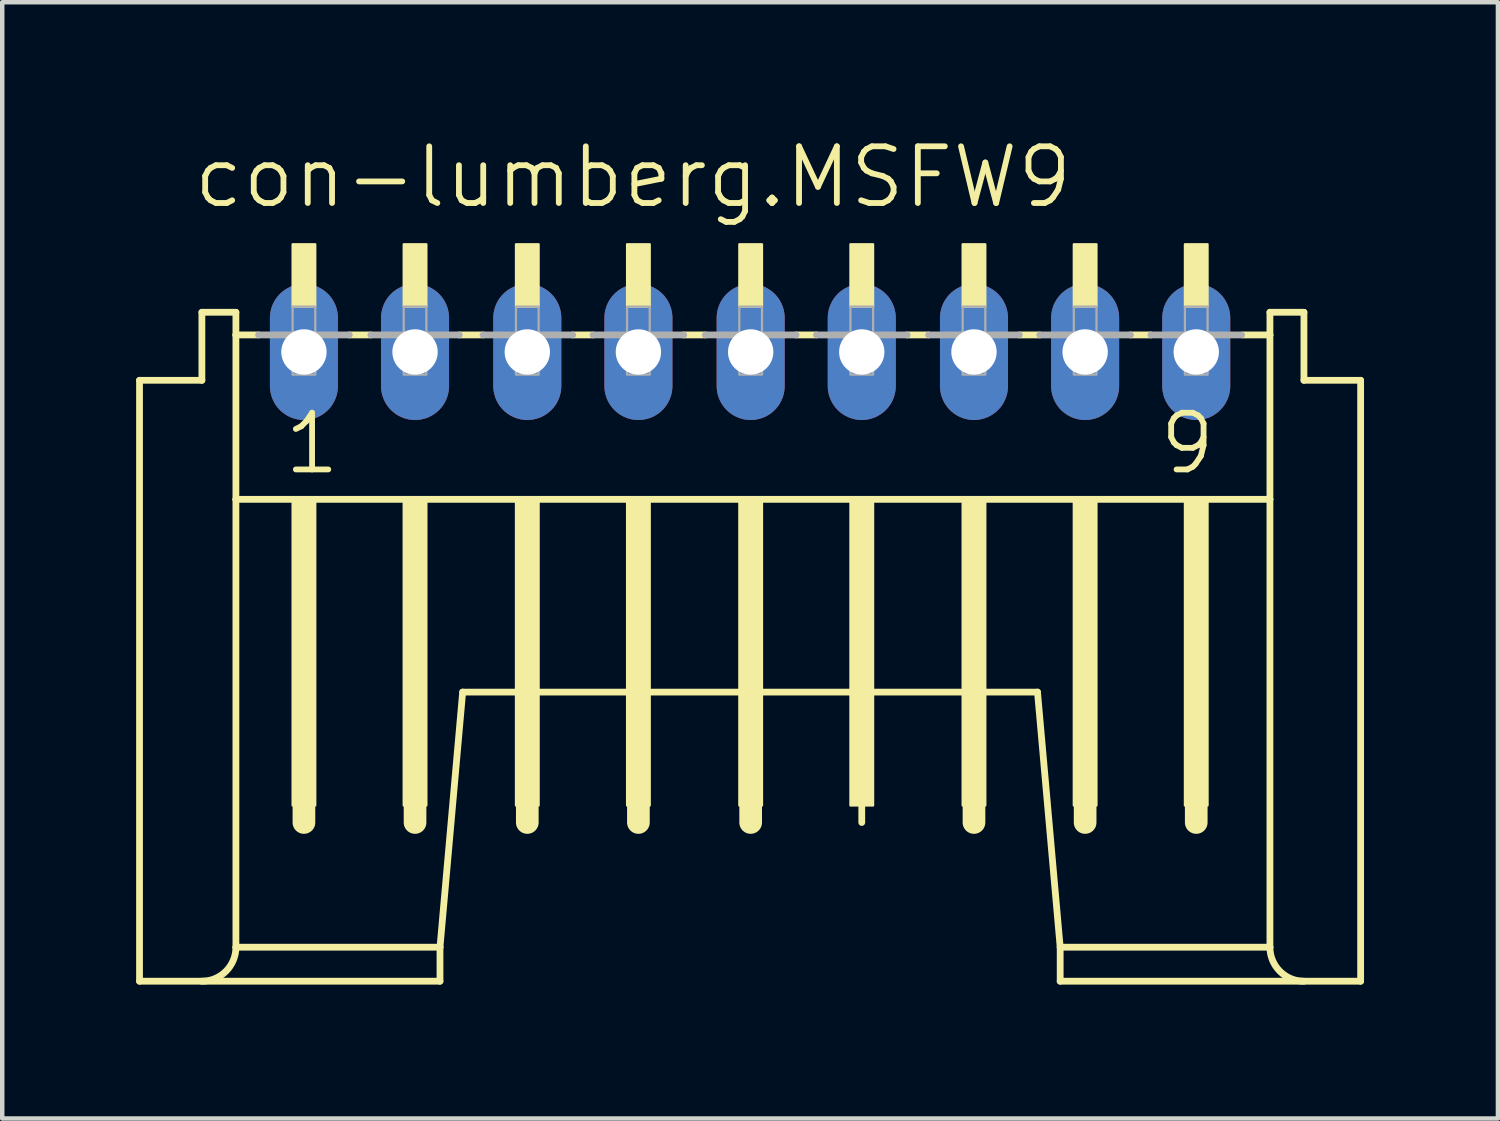
<source format=kicad_pcb>
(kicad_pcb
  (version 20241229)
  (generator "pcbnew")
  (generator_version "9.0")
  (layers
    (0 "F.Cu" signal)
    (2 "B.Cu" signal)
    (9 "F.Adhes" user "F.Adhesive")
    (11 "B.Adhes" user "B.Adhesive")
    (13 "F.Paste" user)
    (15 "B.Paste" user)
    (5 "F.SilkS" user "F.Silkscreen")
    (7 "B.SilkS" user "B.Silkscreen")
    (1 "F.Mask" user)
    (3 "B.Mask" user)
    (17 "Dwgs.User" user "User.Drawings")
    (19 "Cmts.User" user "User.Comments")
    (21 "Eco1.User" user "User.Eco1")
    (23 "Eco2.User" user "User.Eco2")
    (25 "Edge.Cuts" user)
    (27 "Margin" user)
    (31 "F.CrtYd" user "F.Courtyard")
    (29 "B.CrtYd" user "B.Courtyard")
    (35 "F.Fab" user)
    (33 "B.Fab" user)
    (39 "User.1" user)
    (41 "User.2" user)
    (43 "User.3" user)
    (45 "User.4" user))
  (footprint "con-lumberg.MSFW9"
    (layer "F.Cu")
    (at 3.759 6.74)
    (property "Reference" "con-lumberg.MSFW9" (at -2.54 -5.08 0) (layer "F.SilkS") (effects (font (size 1.27 1.27) (thickness 0.13)) (justify left bottom)))
    (attr through_hole)
    (fp_line (start -3.683 12.192) (end -3.683 -1.27) (stroke (width 0.152) (type default)) (layer "F.SilkS"))
    (fp_line (start -3.683 12.192) (end 3.048 12.192) (stroke (width 0.152) (type default)) (layer "F.SilkS"))
    (fp_line (start -2.286 -1.27) (end -3.683 -1.27) (stroke (width 0.152) (type default)) (layer "F.SilkS"))
    (fp_line (start -2.286 -1.27) (end -2.286 -2.794) (stroke (width 0.152) (type default)) (layer "F.SilkS"))
    (fp_line (start -1.524 -2.794) (end -2.286 -2.794) (stroke (width 0.152) (type default)) (layer "F.SilkS"))
    (fp_line (start -1.524 -2.286) (end -1.524 -2.794) (stroke (width 0.152) (type default)) (layer "F.SilkS"))
    (fp_line (start -1.524 1.397) (end -1.524 -2.286) (stroke (width 0.152) (type default)) (layer "F.SilkS"))
    (fp_line (start -1.524 11.43) (end -1.524 1.397) (stroke (width 0.152) (type default)) (layer "F.SilkS"))
    (fp_line (start -1.524 11.43) (end 3.048 11.43) (stroke (width 0.152) (type default)) (layer "F.SilkS"))
    (fp_line (start -1.016 -2.286) (end -1.524 -2.286) (stroke (width 0.152) (type default)) (layer "F.SilkS"))
    (fp_line (start 0 8.001) (end 0 8.636) (stroke (width 0.508) (type default)) (layer "F.SilkS"))
    (fp_line (start 1.499 -2.286) (end 1.016 -2.286) (stroke (width 0.152) (type default)) (layer "F.SilkS"))
    (fp_line (start 2.489 8.001) (end 2.489 8.636) (stroke (width 0.508) (type default)) (layer "F.SilkS"))
    (fp_line (start 3.048 11.43) (end 3.556 5.715) (stroke (width 0.152) (type default)) (layer "F.SilkS"))
    (fp_line (start 3.048 12.192) (end 3.048 11.43) (stroke (width 0.152) (type default)) (layer "F.SilkS"))
    (fp_line (start 3.556 5.715) (end 16.434 5.715) (stroke (width 0.152) (type default)) (layer "F.SilkS"))
    (fp_line (start 4.013 -2.286) (end 3.48 -2.286) (stroke (width 0.152) (type default)) (layer "F.SilkS"))
    (fp_line (start 5.004 8.001) (end 5.004 8.636) (stroke (width 0.508) (type default)) (layer "F.SilkS"))
    (fp_line (start 6.477 -2.286) (end 6.02 -2.286) (stroke (width 0.152) (type default)) (layer "F.SilkS"))
    (fp_line (start 7.493 8.001) (end 7.493 8.636) (stroke (width 0.508) (type default)) (layer "F.SilkS"))
    (fp_line (start 8.992 -2.286) (end 8.509 -2.286) (stroke (width 0.152) (type default)) (layer "F.SilkS"))
    (fp_line (start 10.008 8.001) (end 10.008 8.636) (stroke (width 0.508) (type default)) (layer "F.SilkS"))
    (fp_line (start 11.481 -2.286) (end 11.024 -2.286) (stroke (width 0.152) (type default)) (layer "F.SilkS"))
    (fp_line (start 12.497 8.001) (end 12.497 8.636) (stroke (width 0.152) (type default)) (layer "F.SilkS"))
    (fp_line (start 13.995 -2.286) (end 13.513 -2.286) (stroke (width 0.152) (type default)) (layer "F.SilkS"))
    (fp_line (start 15.011 8.001) (end 15.011 8.636) (stroke (width 0.508) (type default)) (layer "F.SilkS"))
    (fp_line (start 16.485 -2.286) (end 16.027 -2.286) (stroke (width 0.152) (type default)) (layer "F.SilkS"))
    (fp_line (start 16.942 11.43) (end 16.434 5.715) (stroke (width 0.152) (type default)) (layer "F.SilkS"))
    (fp_line (start 16.942 12.192) (end 16.942 11.43) (stroke (width 0.152) (type default)) (layer "F.SilkS"))
    (fp_line (start 16.942 12.192) (end 23.673 12.192) (stroke (width 0.152) (type default)) (layer "F.SilkS"))
    (fp_line (start 17.501 8.001) (end 17.501 8.636) (stroke (width 0.508) (type default)) (layer "F.SilkS"))
    (fp_line (start 18.974 -2.286) (end 18.517 -2.286) (stroke (width 0.152) (type default)) (layer "F.SilkS"))
    (fp_line (start 19.99 8.001) (end 19.99 8.636) (stroke (width 0.508) (type default)) (layer "F.SilkS"))
    (fp_line (start 21.641 -2.794) (end 21.641 -2.286) (stroke (width 0.152) (type default)) (layer "F.SilkS"))
    (fp_line (start 21.641 -2.286) (end 21.031 -2.286) (stroke (width 0.152) (type default)) (layer "F.SilkS"))
    (fp_line (start 21.641 -2.286) (end 21.641 1.397) (stroke (width 0.152) (type default)) (layer "F.SilkS"))
    (fp_line (start 21.641 1.397) (end -1.524 1.397) (stroke (width 0.152) (type default)) (layer "F.SilkS"))
    (fp_line (start 21.641 1.397) (end 21.641 11.43) (stroke (width 0.152) (type default)) (layer "F.SilkS"))
    (fp_line (start 21.641 11.43) (end 16.942 11.43) (stroke (width 0.152) (type default)) (layer "F.SilkS"))
    (fp_line (start 22.403 -2.794) (end 21.641 -2.794) (stroke (width 0.152) (type default)) (layer "F.SilkS"))
    (fp_line (start 22.403 -2.794) (end 22.403 -1.27) (stroke (width 0.152) (type default)) (layer "F.SilkS"))
    (fp_line (start 23.673 -1.27) (end 22.403 -1.27) (stroke (width 0.152) (type default)) (layer "F.SilkS"))
    (fp_line (start 23.673 -1.27) (end 23.673 12.192) (stroke (width 0.152) (type default)) (layer "F.SilkS"))
    (fp_rect (start -0.254 -2.921) (end 0.254 -4.318) (stroke (width 0.05) (type default)) (fill yes) (layer "F.SilkS"))
    (fp_rect (start -0.254 8.255) (end 0.254 1.397) (stroke (width 0.05) (type default)) (fill yes) (layer "F.SilkS"))
    (fp_rect (start 2.235 -2.921) (end 2.743 -4.318) (stroke (width 0.05) (type default)) (fill yes) (layer "F.SilkS"))
    (fp_rect (start 2.235 8.255) (end 2.743 1.397) (stroke (width 0.05) (type default)) (fill yes) (layer "F.SilkS"))
    (fp_rect (start 4.75 -2.921) (end 5.258 -4.318) (stroke (width 0.05) (type default)) (fill yes) (layer "F.SilkS"))
    (fp_rect (start 4.75 8.255) (end 5.258 1.397) (stroke (width 0.05) (type default)) (fill yes) (layer "F.SilkS"))
    (fp_rect (start 7.239 -2.921) (end 7.747 -4.318) (stroke (width 0.05) (type default)) (fill yes) (layer "F.SilkS"))
    (fp_rect (start 7.239 8.255) (end 7.747 1.397) (stroke (width 0.05) (type default)) (fill yes) (layer "F.SilkS"))
    (fp_rect (start 9.754 -2.921) (end 10.262 -4.318) (stroke (width 0.05) (type default)) (fill yes) (layer "F.SilkS"))
    (fp_rect (start 9.754 8.255) (end 10.262 1.397) (stroke (width 0.05) (type default)) (fill yes) (layer "F.SilkS"))
    (fp_rect (start 12.243 -2.921) (end 12.751 -4.318) (stroke (width 0.05) (type default)) (fill yes) (layer "F.SilkS"))
    (fp_rect (start 12.243 8.255) (end 12.751 1.397) (stroke (width 0.05) (type default)) (fill yes) (layer "F.SilkS"))
    (fp_rect (start 14.757 -2.921) (end 15.265 -4.318) (stroke (width 0.05) (type default)) (fill yes) (layer "F.SilkS"))
    (fp_rect (start 14.757 8.255) (end 15.265 1.397) (stroke (width 0.05) (type default)) (fill yes) (layer "F.SilkS"))
    (fp_rect (start 17.247 -2.921) (end 17.755 -4.318) (stroke (width 0.05) (type default)) (fill yes) (layer "F.SilkS"))
    (fp_rect (start 17.247 8.255) (end 17.755 1.397) (stroke (width 0.05) (type default)) (fill yes) (layer "F.SilkS"))
    (fp_rect (start 19.736 -2.921) (end 20.244 -4.318) (stroke (width 0.05) (type default)) (fill yes) (layer "F.SilkS"))
    (fp_rect (start 19.736 8.255) (end 20.244 1.397) (stroke (width 0.05) (type default)) (fill yes) (layer "F.SilkS"))
    (fp_arc (start -1.524 11.43) (mid -1.747185 11.968815) (end -2.286 12.192) (stroke (width 0.1524) (type default)) (layer "F.SilkS"))
    (fp_arc (start 22.4028 12.192) (mid 21.863985 11.968815) (end 21.6408 11.43) (stroke (width 0.1524) (type default)) (layer "F.SilkS"))
    (fp_line (start -1.016 -2.286) (end 1.016 -2.286) (stroke (width 0.152) (type default)) (layer "F.Fab"))
    (fp_line (start 1.499 -2.286) (end 3.48 -2.286) (stroke (width 0.152) (type default)) (layer "F.Fab"))
    (fp_line (start 4.013 -2.286) (end 6.02 -2.286) (stroke (width 0.152) (type default)) (layer "F.Fab"))
    (fp_line (start 6.477 -2.286) (end 8.509 -2.286) (stroke (width 0.152) (type default)) (layer "F.Fab"))
    (fp_line (start 8.992 -2.286) (end 11.024 -2.286) (stroke (width 0.152) (type default)) (layer "F.Fab"))
    (fp_line (start 11.481 -2.286) (end 13.513 -2.286) (stroke (width 0.152) (type default)) (layer "F.Fab"))
    (fp_line (start 13.995 -2.286) (end 16.027 -2.286) (stroke (width 0.152) (type default)) (layer "F.Fab"))
    (fp_line (start 16.485 -2.286) (end 18.517 -2.286) (stroke (width 0.152) (type default)) (layer "F.Fab"))
    (fp_line (start 18.974 -2.286) (end 21.006 -2.286) (stroke (width 0.152) (type default)) (layer "F.Fab"))
    (fp_rect (start -0.254 -1.397) (end 0.254 -2.921) (stroke (width 0.05) (type default)) (fill no) (layer "F.Fab"))
    (fp_rect (start 2.235 -1.397) (end 2.743 -2.921) (stroke (width 0.05) (type default)) (fill no) (layer "F.Fab"))
    (fp_rect (start 4.75 -1.397) (end 5.258 -2.921) (stroke (width 0.05) (type default)) (fill no) (layer "F.Fab"))
    (fp_rect (start 7.239 -1.397) (end 7.747 -2.921) (stroke (width 0.05) (type default)) (fill no) (layer "F.Fab"))
    (fp_rect (start 9.754 -1.397) (end 10.262 -2.921) (stroke (width 0.05) (type default)) (fill no) (layer "F.Fab"))
    (fp_rect (start 12.243 -1.397) (end 12.751 -2.921) (stroke (width 0.05) (type default)) (fill no) (layer "F.Fab"))
    (fp_rect (start 14.757 -1.397) (end 15.265 -2.921) (stroke (width 0.05) (type default)) (fill no) (layer "F.Fab"))
    (fp_rect (start 17.247 -1.397) (end 17.755 -2.921) (stroke (width 0.05) (type default)) (fill no) (layer "F.Fab"))
    (fp_rect (start 19.736 -1.397) (end 20.244 -2.921) (stroke (width 0.05) (type default)) (fill no) (layer "F.Fab"))
    (fp_text user "1" (at -0.508 0.889 0) (layer "F.SilkS") (effects (font (size 1.27 1.27) (thickness 0.13)) (justify left bottom)))
    (fp_text user "9" (at 19.101 0.889 0) (layer "F.SilkS") (effects (font (size 1.27 1.27) (thickness 0.13)) (justify left bottom)))
    (pad "1" thru_hole oval (at 0 -1.905 90) (size 3.048 1.524) (drill 1.016) (layers "*.Cu" "*.Mask"))
    (pad "2" thru_hole oval (at 2.489 -1.905 90) (size 3.048 1.524) (drill 1.016) (layers "*.Cu" "*.Mask"))
    (pad "3" thru_hole oval (at 5.004 -1.905 90) (size 3.048 1.524) (drill 1.016) (layers "*.Cu" "*.Mask"))
    (pad "4" thru_hole oval (at 7.493 -1.905 90) (size 3.048 1.524) (drill 1.016) (layers "*.Cu" "*.Mask"))
    (pad "5" thru_hole oval (at 10.008 -1.905 90) (size 3.048 1.524) (drill 1.016) (layers "*.Cu" "*.Mask"))
    (pad "6" thru_hole oval (at 12.497 -1.905 90) (size 3.048 1.524) (drill 1.016) (layers "*.Cu" "*.Mask"))
    (pad "7" thru_hole oval (at 15.011 -1.905 90) (size 3.048 1.524) (drill 1.016) (layers "*.Cu" "*.Mask"))
    (pad "8" thru_hole oval (at 17.501 -1.905 90) (size 3.048 1.524) (drill 1.016) (layers "*.Cu" "*.Mask"))
    (pad "9" thru_hole oval (at 19.99 -1.905 90) (size 3.048 1.524) (drill 1.016) (layers "*.Cu" "*.Mask")))
  (gr_rect
    (start -3 -3)
    (end 30.508 22.008)
    (stroke (width 0.1) (type default))
    (fill no)
    (layer "Edge.Cuts")))
</source>
